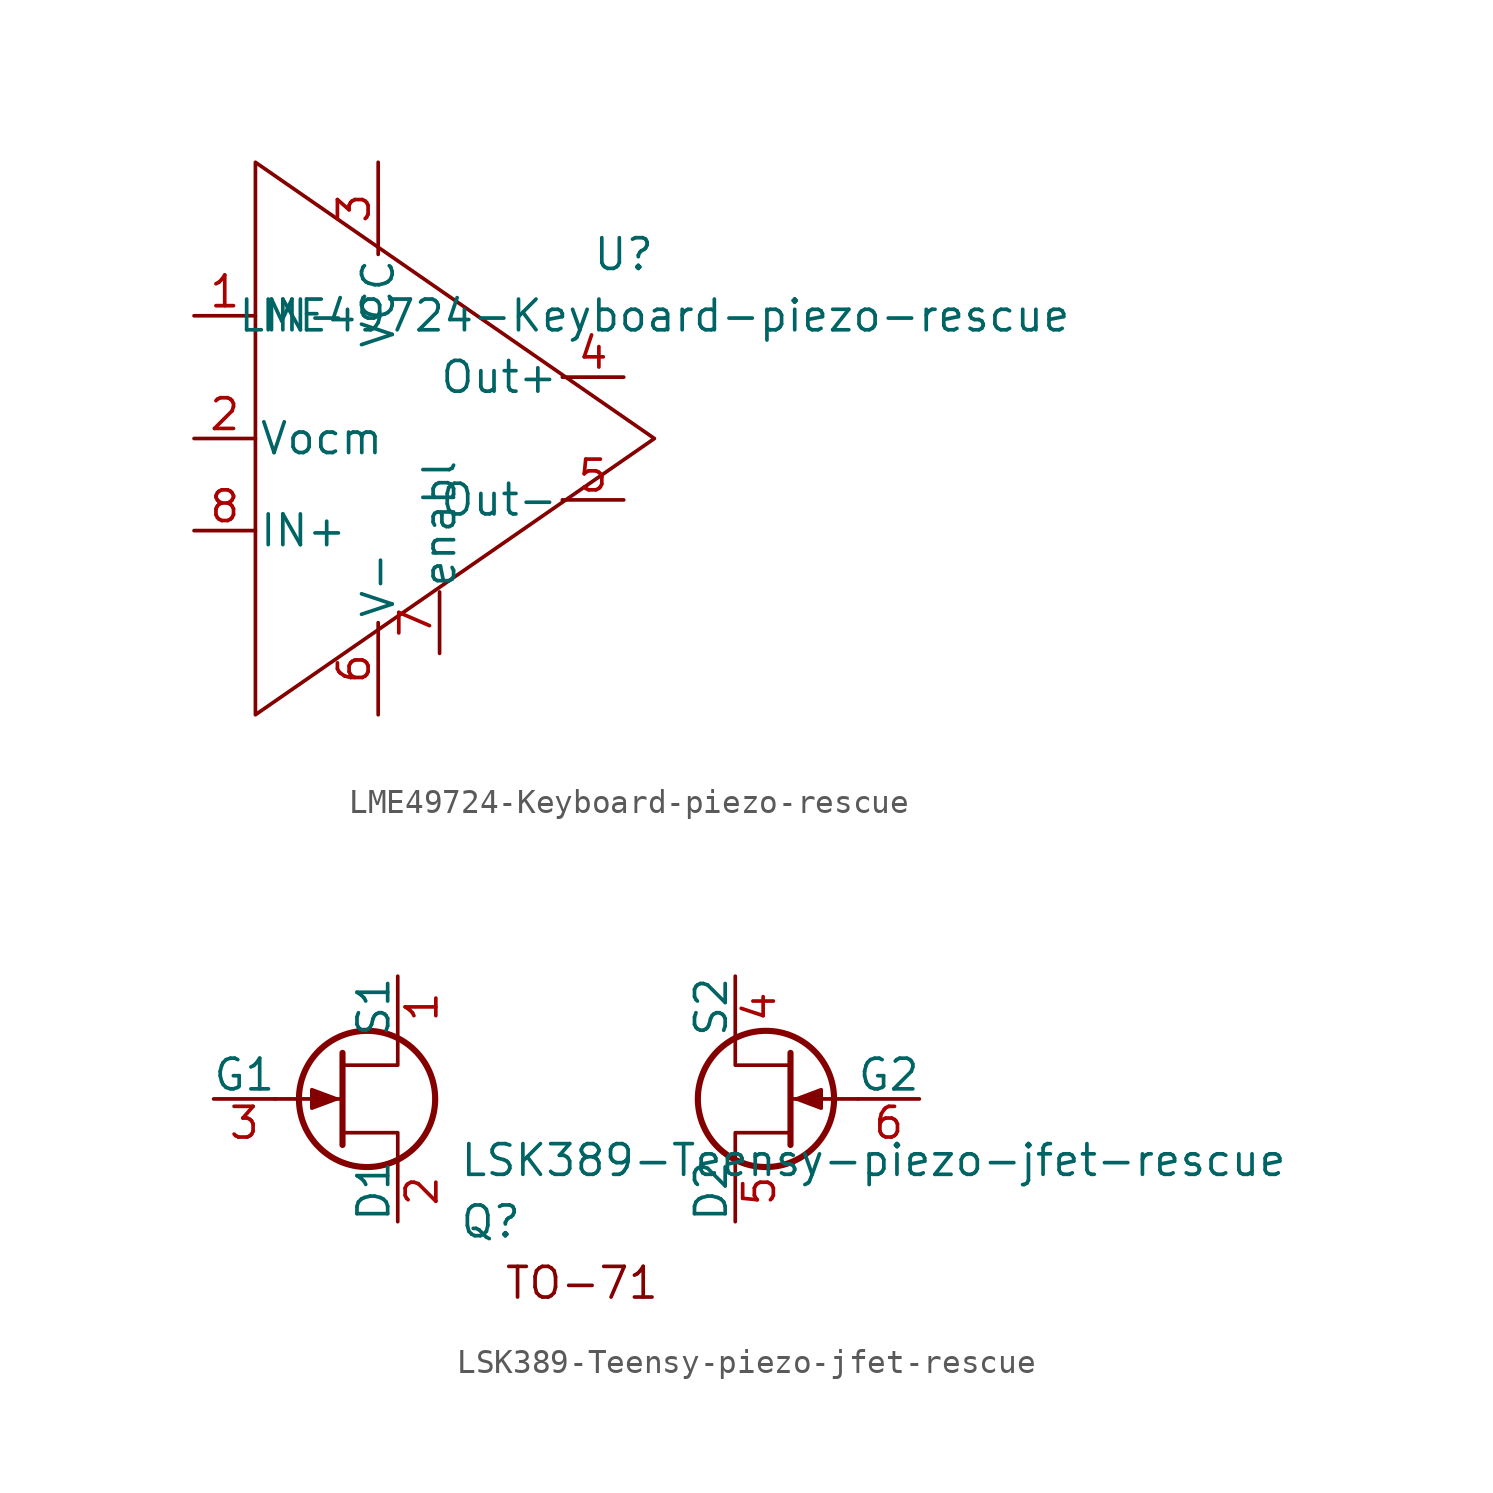
<source format=kicad_sym>
(kicad_symbol_lib
  (version 20231120)
  (generator "kicad_symbol_editor")
  (generator_version "8.0")
  (symbol "LME49724-Keyboard-piezo-rescue"
    (pin_names
      (offset 0.127))
    (property "Reference" "U"
      (at 5.08 7.62 0)
      (effects (font (size 1.27 1.27))))
    (property "Value" "LME49724-Keyboard-piezo-rescue"
      (at 6.35 5.08 0)
      (effects (font (size 1.27 1.27))))
    (symbol "LME49724-Keyboard-piezo-rescue_0_1"
      (polyline (pts (xy 6.35 0) (xy -10.16 11.43) (xy -10.16 -5.08) (xy -10.16 -11.43) (xy 6.35 0)) (stroke (width 0) (type solid)) (fill (type none))))
    (symbol "LME49724-Keyboard-piezo-rescue_1_1"
      (pin input line (at -12.7 5.08 0) (length 2.54) (name "IN-" (effects (font (size 1.27 1.27)))) (number "1" (effects (font (size 1.27 1.27)))))
      (pin input line (at -12.7 0 0) (length 2.54) (name "Vocm" (effects (font (size 1.27 1.27)))) (number "2" (effects (font (size 1.27 1.27)))))
      (pin power_in line (at -5.08 11.43 270) (length 3.81) (name "VCC" (effects (font (size 1.27 1.27)))) (number "3" (effects (font (size 1.27 1.27)))))
      (pin output line (at 5.08 2.54 180) (length 2.54) (name "Out+" (effects (font (size 1.27 1.27)))) (number "4" (effects (font (size 1.27 1.27)))))
      (pin output line (at 5.08 -2.54 180) (length 2.54) (name "Out-" (effects (font (size 1.27 1.27)))) (number "5" (effects (font (size 1.27 1.27)))))
      (pin power_in line (at -5.08 -11.43 90) (length 3.81) (name "V-" (effects (font (size 1.27 1.27)))) (number "6" (effects (font (size 1.27 1.27)))))
      (pin input line (at -2.54 -8.89 90) (length 2.54) (name "enabl" (effects (font (size 1.27 1.27)))) (number "7" (effects (font (size 1.27 1.27)))))
      (pin input line (at -12.7 -3.81 0) (length 2.54) (name "IN+" (effects (font (size 1.27 1.27)))) (number "8" (effects (font (size 1.27 1.27)))))))
  (symbol "LSK389-Teensy-piezo-jfet-rescue"
    (pin_names
      (offset 0))
    (property "Reference" "Q"
      (at -5.08 -5.08 0)
      (effects (font (size 1.27 1.27)) (justify left)))
    (property "Value" "LSK389-Teensy-piezo-jfet-rescue"
      (at -5.08 -2.54 0)
      (effects (font (size 1.27 1.27)) (justify left)))
    (symbol "LSK389-Teensy-piezo-jfet-rescue_0_0"
      (text "TO-71" (at 0 -7.62 0) (effects (font (size 1.27 1.27)))))
    (symbol "LSK389-Teensy-piezo-jfet-rescue_0_1"
      (circle (center -8.89 0) (radius 2.819) (stroke (width 0.254) (type solid)) (fill (type none)))
      (polyline (pts (xy -9.906 0) (xy -12.7 0)) (stroke (width 0) (type solid)) (fill (type none)))
      (polyline (pts (xy -9.906 1.905) (xy -9.906 -1.905)) (stroke (width 0.254) (type solid)) (fill (type none)))
      (polyline (pts (xy 8.636 -1.905) (xy 8.636 1.905)) (stroke (width 0.254) (type solid)) (fill (type none)))
      (polyline (pts (xy 8.636 0) (xy 11.43 0)) (stroke (width 0) (type solid)) (fill (type none)))
      (polyline (pts (xy -7.62 -2.54) (xy -7.62 -1.397) (xy -9.906 -1.397)) (stroke (width 0) (type solid)) (fill (type none)))
      (polyline (pts (xy -7.62 2.54) (xy -7.62 1.397) (xy -9.906 1.397)) (stroke (width 0) (type solid)) (fill (type none)))
      (polyline (pts (xy 6.35 -2.54) (xy 6.35 -1.397) (xy 8.636 -1.397)) (stroke (width 0) (type solid)) (fill (type none)))
      (polyline (pts (xy 6.35 2.54) (xy 6.35 1.397) (xy 8.636 1.397)) (stroke (width 0) (type solid)) (fill (type none)))
      (polyline (pts (xy -10.16 0) (xy -11.176 0.381) (xy -11.176 -0.381) (xy -10.16 0)) (stroke (width 0) (type solid)) (fill (type outline)))
      (polyline (pts (xy 8.89 0) (xy 9.906 -0.381) (xy 9.906 0.381) (xy 8.89 0)) (stroke (width 0) (type solid)) (fill (type outline)))
      (circle (center 7.62 0) (radius 2.819) (stroke (width 0.254) (type solid)) (fill (type none))))
    (symbol "LSK389-Teensy-piezo-jfet-rescue_1_1"
      (pin passive line (at -7.62 5.08 270) (length 2.54) (name "S1" (effects (font (size 1.27 1.27)))) (number "1" (effects (font (size 1.27 1.27)))))
      (pin passive line (at -7.62 -5.08 90) (length 2.54) (name "D1" (effects (font (size 1.27 1.27)))) (number "2" (effects (font (size 1.27 1.27)))))
      (pin input line (at -15.24 0 0) (length 2.54) (name "G1" (effects (font (size 1.27 1.27)))) (number "3" (effects (font (size 1.27 1.27)))))
      (pin passive line (at 6.35 5.08 270) (length 2.54) (name "S2" (effects (font (size 1.27 1.27)))) (number "4" (effects (font (size 1.27 1.27)))))
      (pin passive line (at 6.35 -5.08 90) (length 2.54) (name "D2" (effects (font (size 1.27 1.27)))) (number "5" (effects (font (size 1.27 1.27)))))
      (pin input line (at 13.97 0 180) (length 2.54) (name "G2" (effects (font (size 1.27 1.27)))) (number "6" (effects (font (size 1.27 1.27))))))))
</source>
